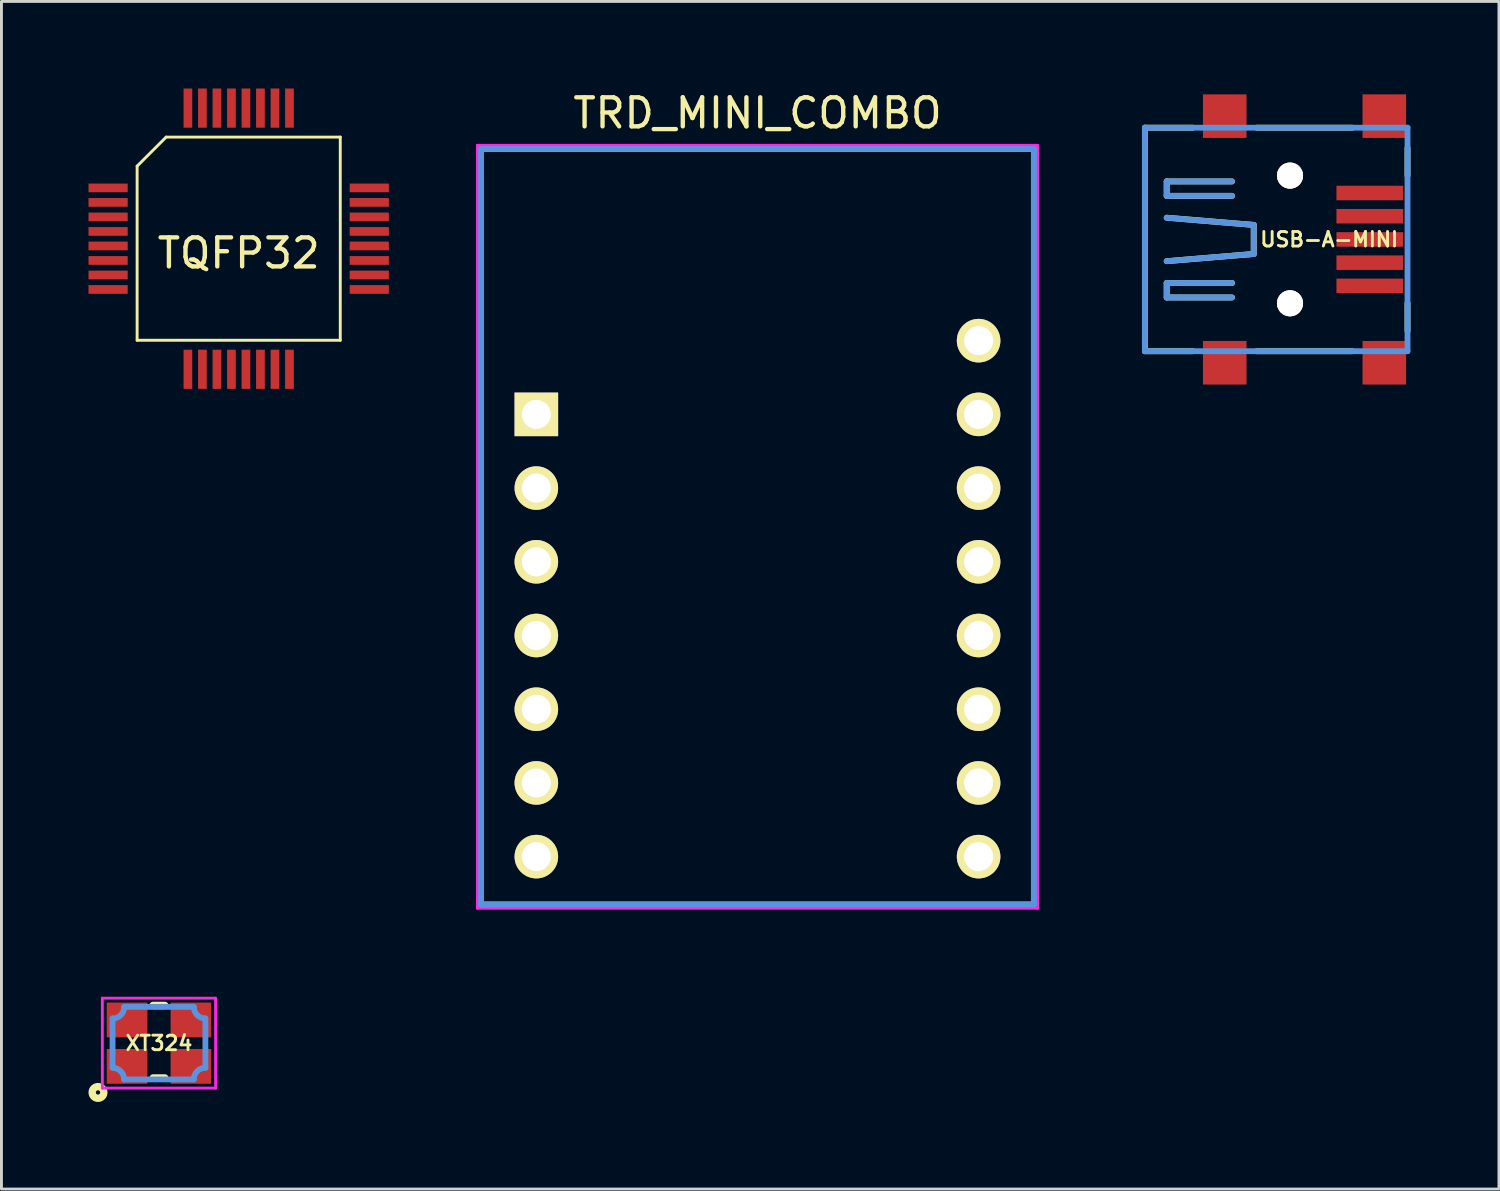
<source format=kicad_pcb>
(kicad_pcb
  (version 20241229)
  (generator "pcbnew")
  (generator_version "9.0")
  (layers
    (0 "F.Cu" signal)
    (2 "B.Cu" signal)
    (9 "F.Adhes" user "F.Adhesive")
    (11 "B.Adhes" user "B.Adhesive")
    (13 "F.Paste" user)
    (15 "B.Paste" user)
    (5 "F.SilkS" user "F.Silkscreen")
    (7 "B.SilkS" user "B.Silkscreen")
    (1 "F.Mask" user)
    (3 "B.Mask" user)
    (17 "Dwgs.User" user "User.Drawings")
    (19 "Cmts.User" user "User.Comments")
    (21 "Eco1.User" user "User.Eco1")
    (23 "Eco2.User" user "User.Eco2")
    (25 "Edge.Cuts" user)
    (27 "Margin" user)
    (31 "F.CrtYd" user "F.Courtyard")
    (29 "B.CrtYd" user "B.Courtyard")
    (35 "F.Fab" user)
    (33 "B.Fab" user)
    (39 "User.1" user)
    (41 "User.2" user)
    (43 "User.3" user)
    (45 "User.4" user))
  (footprint "TRD_MINI_COMBO"
    (layer "F.Cu")
    (at 23.052 18.849)
    (property "Reference" "TRD_MINI_COMBO" (at 0 -18.001 0) (layer "F.SilkS") (effects (font (size 1.001 1.001) (thickness 0.15))))
    (attr through_hole)
    (fp_line (start -9.525 -16.764) (end -9.525 9.271) (stroke (width 0.201) (type solid)) (layer "F.SilkS"))
    (fp_line (start -9.525 9.271) (end 9.525 9.271) (stroke (width 0.201) (type solid)) (layer "F.SilkS"))
    (fp_line (start 9.525 -16.764) (end -9.525 -16.764) (stroke (width 0.201) (type solid)) (layer "F.SilkS"))
    (fp_line (start 9.525 9.271) (end 9.525 -16.764) (stroke (width 0.201) (type solid)) (layer "F.SilkS"))
    (fp_line (start -9.525 -16.764) (end -9.525 9.271) (stroke (width 0.201) (type solid)) (layer "Cmts.User"))
    (fp_line (start -9.525 9.271) (end 9.525 9.271) (stroke (width 0.201) (type solid)) (layer "Cmts.User"))
    (fp_line (start 9.525 -16.764) (end -9.525 -16.764) (stroke (width 0.201) (type solid)) (layer "Cmts.User"))
    (fp_line (start 9.525 9.271) (end 9.525 -16.764) (stroke (width 0.201) (type solid)) (layer "Cmts.User"))
    (fp_line (start -9.652 -16.891) (end -9.652 9.398) (stroke (width 0.099) (type solid)) (layer "F.CrtYd"))
    (fp_line (start -9.652 9.398) (end 9.652 9.398) (stroke (width 0.099) (type solid)) (layer "F.CrtYd"))
    (fp_line (start 9.652 -16.891) (end -9.652 -16.891) (stroke (width 0.099) (type solid)) (layer "F.CrtYd"))
    (fp_line (start 9.652 9.398) (end 9.652 -16.891) (stroke (width 0.099) (type solid)) (layer "F.CrtYd"))
    (pad "1" thru_hole rect (at -7.62 -7.62) (size 1.501 1.501) (drill 1.001) (layers "*.Cu" "*.Mask" "F.SilkS"))
    (pad "2" thru_hole circle (at -7.62 -5.08) (size 1.501 1.501) (drill 1.001) (layers "*.Cu" "*.Mask" "F.SilkS"))
    (pad "3" thru_hole circle (at -7.62 -2.54) (size 1.501 1.501) (drill 1.001) (layers "*.Cu" "*.Mask" "F.SilkS"))
    (pad "4" thru_hole circle (at -7.62 0) (size 1.501 1.501) (drill 1.001) (layers "*.Cu" "*.Mask" "F.SilkS"))
    (pad "5" thru_hole circle (at -7.62 2.54) (size 1.501 1.501) (drill 1.001) (layers "*.Cu" "*.Mask" "F.SilkS"))
    (pad "6" thru_hole circle (at -7.62 5.08) (size 1.501 1.501) (drill 1.001) (layers "*.Cu" "*.Mask" "F.SilkS"))
    (pad "7" thru_hole circle (at -7.62 7.62) (size 1.501 1.501) (drill 1.001) (layers "*.Cu" "*.Mask" "F.SilkS"))
    (pad "8" thru_hole circle (at 7.62 7.62) (size 1.501 1.501) (drill 1.001) (layers "*.Cu" "*.Mask" "F.SilkS"))
    (pad "9" thru_hole circle (at 7.62 5.08) (size 1.501 1.501) (drill 1.001) (layers "*.Cu" "*.Mask" "F.SilkS"))
    (pad "10" thru_hole circle (at 7.62 2.54) (size 1.501 1.501) (drill 1.001) (layers "*.Cu" "*.Mask" "F.SilkS"))
    (pad "11" thru_hole circle (at 7.62 0) (size 1.501 1.501) (drill 1.001) (layers "*.Cu" "*.Mask" "F.SilkS"))
    (pad "12" thru_hole circle (at 7.62 -2.54) (size 1.501 1.501) (drill 1.001) (layers "*.Cu" "*.Mask" "F.SilkS"))
    (pad "13" thru_hole circle (at 7.62 -5.08) (size 1.501 1.501) (drill 1.001) (layers "*.Cu" "*.Mask" "F.SilkS"))
    (pad "14" thru_hole circle (at 7.62 -7.62) (size 1.501 1.501) (drill 1.001) (layers "*.Cu" "*.Mask" "F.SilkS"))
    (pad "15" thru_hole circle (at 7.62 -10.16) (size 1.501 1.501) (drill 1.001) (layers "*.Cu" "*.Mask" "F.SilkS")))
  (footprint "XT324"
    (layer "F.Cu")
    (at 2.428 32.896)
    (property "Reference" "XT324" (at 0 0 0) (layer "F.SilkS") (effects (font (size 0.5 0.5) (thickness 0.099))))
    (attr through_hole)
    (fp_line (start -0.201 -1.3) (end 0.201 -1.3) (stroke (width 0.254) (type solid)) (layer "F.SilkS"))
    (fp_line (start -0.201 1.199) (end 0.201 1.199) (stroke (width 0.254) (type solid)) (layer "F.SilkS"))
    (fp_circle (center -2.101 1.699) (end -1.9 1.699) (stroke (width 0.254) (type solid)) (fill no) (layer "F.SilkS"))
    (fp_line (start -1.6 0.851) (end -1.6 -0.851) (stroke (width 0.201) (type solid)) (layer "Cmts.User"))
    (fp_line (start -1.199 -1.25) (end 1.199 -1.25) (stroke (width 0.201) (type solid)) (layer "Cmts.User"))
    (fp_line (start 1.199 1.25) (end -1.199 1.25) (stroke (width 0.201) (type solid)) (layer "Cmts.User"))
    (fp_line (start 1.6 -0.851) (end 1.6 0.851) (stroke (width 0.201) (type solid)) (layer "Cmts.User"))
    (fp_arc (start -1.6002 0.8509) (mid -1.31822 0.9677) (end -1.20142 1.24968) (stroke (width 0.20066) (type solid)) (layer "Cmts.User"))
    (fp_arc (start -1.19888 -1.24968) (mid -1.316424 -0.965904) (end -1.6002 -0.84836) (stroke (width 0.20066) (type solid)) (layer "Cmts.User"))
    (fp_arc (start 1.19888 1.24968) (mid 1.316424 0.965904) (end 1.6002 0.84836) (stroke (width 0.20066) (type solid)) (layer "Cmts.User"))
    (fp_arc (start 1.6002 -0.8509) (mid 1.31822 -0.9677) (end 1.20142 -1.24968) (stroke (width 0.20066) (type solid)) (layer "Cmts.User"))
    (fp_line (start -1.951 -1.549) (end 1.951 -1.549) (stroke (width 0.099) (type solid)) (layer "F.CrtYd"))
    (fp_line (start -1.951 1.549) (end -1.951 -1.549) (stroke (width 0.099) (type solid)) (layer "F.CrtYd"))
    (fp_line (start 1.951 -1.549) (end 1.951 1.549) (stroke (width 0.099) (type solid)) (layer "F.CrtYd"))
    (fp_line (start 1.951 1.549) (end -1.951 1.549) (stroke (width 0.099) (type solid)) (layer "F.CrtYd"))
    (pad "1" smd rect (at -1.1 0.8) (size 1.4 1.199) (layers "F.Cu" "F.Mask" "F.Paste"))
    (pad "2" smd rect (at 1.1 0.8) (size 1.4 1.199) (layers "F.Cu" "F.Mask" "F.Paste"))
    (pad "3" smd rect (at 1.1 -0.8) (size 1.4 1.199) (layers "F.Cu" "F.Mask" "F.Paste"))
    (pad "4" smd rect (at -1.1 -0.8) (size 1.4 1.199) (layers "F.Cu" "F.Mask" "F.Paste")))
  (footprint "TQFP32"
    (layer "F.Cu")
    (at 5.175 5.175)
    (property "Reference" "TQFP32" (at 0 0.5 0) (layer "F.SilkS") (effects (font (size 1 1) (thickness 0.15))))
    (attr through_hole)
    (fp_line (start -3.5 -2.5) (end -3.5 3.5) (stroke (width 0.1) (type solid)) (layer "F.SilkS"))
    (fp_line (start -3.5 3.5) (end 3.5 3.5) (stroke (width 0.1) (type solid)) (layer "F.SilkS"))
    (fp_line (start -2.5 -3.5) (end -3.5 -2.5) (stroke (width 0.1) (type solid)) (layer "F.SilkS"))
    (fp_line (start 3.5 -3.5) (end -2.5 -3.5) (stroke (width 0.1) (type solid)) (layer "F.SilkS"))
    (fp_line (start 3.5 3.5) (end 3.5 -3.5) (stroke (width 0.1) (type solid)) (layer "F.SilkS"))
    (pad "1" smd rect (at -4.5 -1.75 90) (size 0.3 1.35) (layers "F.Cu" "F.Mask" "F.Paste"))
    (pad "2" smd rect (at -4.5 -1.25 90) (size 0.3 1.35) (layers "F.Cu" "F.Mask" "F.Paste"))
    (pad "3" smd rect (at -4.5 -0.75 90) (size 0.3 1.35) (layers "F.Cu" "F.Mask" "F.Paste"))
    (pad "4" smd rect (at -4.5 -0.25 90) (size 0.3 1.35) (layers "F.Cu" "F.Mask" "F.Paste"))
    (pad "5" smd rect (at -4.5 0.25 90) (size 0.3 1.35) (layers "F.Cu" "F.Mask" "F.Paste"))
    (pad "6" smd rect (at -4.5 0.75 90) (size 0.3 1.35) (layers "F.Cu" "F.Mask" "F.Paste"))
    (pad "7" smd rect (at -4.5 1.25 90) (size 0.3 1.35) (layers "F.Cu" "F.Mask" "F.Paste"))
    (pad "8" smd rect (at -4.5 1.75 90) (size 0.3 1.35) (layers "F.Cu" "F.Mask" "F.Paste"))
    (pad "9" smd rect (at -1.75 4.5 180) (size 0.3 1.35) (layers "F.Cu" "F.Mask" "F.Paste"))
    (pad "10" smd rect (at -1.25 4.5 180) (size 0.3 1.35) (layers "F.Cu" "F.Mask" "F.Paste"))
    (pad "11" smd rect (at -0.75 4.5 180) (size 0.3 1.35) (layers "F.Cu" "F.Mask" "F.Paste"))
    (pad "12" smd rect (at -0.25 4.5 180) (size 0.3 1.35) (layers "F.Cu" "F.Mask" "F.Paste"))
    (pad "13" smd rect (at 0.25 4.5 180) (size 0.3 1.35) (layers "F.Cu" "F.Mask" "F.Paste"))
    (pad "14" smd rect (at 0.75 4.5 180) (size 0.3 1.35) (layers "F.Cu" "F.Mask" "F.Paste"))
    (pad "15" smd rect (at 1.25 4.5 180) (size 0.3 1.35) (layers "F.Cu" "F.Mask" "F.Paste"))
    (pad "16" smd rect (at 1.75 4.5 180) (size 0.3 1.35) (layers "F.Cu" "F.Mask" "F.Paste"))
    (pad "17" smd rect (at 4.5 1.75 270) (size 0.3 1.35) (layers "F.Cu" "F.Mask" "F.Paste"))
    (pad "18" smd rect (at 4.5 1.25 270) (size 0.3 1.35) (layers "F.Cu" "F.Mask" "F.Paste"))
    (pad "19" smd rect (at 4.5 0.75 270) (size 0.3 1.35) (layers "F.Cu" "F.Mask" "F.Paste"))
    (pad "20" smd rect (at 4.5 0.25 270) (size 0.3 1.35) (layers "F.Cu" "F.Mask" "F.Paste"))
    (pad "21" smd rect (at 4.5 -0.25 270) (size 0.3 1.35) (layers "F.Cu" "F.Mask" "F.Paste"))
    (pad "22" smd rect (at 4.5 -0.75 270) (size 0.3 1.35) (layers "F.Cu" "F.Mask" "F.Paste"))
    (pad "23" smd rect (at 4.5 -1.25 270) (size 0.3 1.35) (layers "F.Cu" "F.Mask" "F.Paste"))
    (pad "24" smd rect (at 4.5 -1.75 270) (size 0.3 1.35) (layers "F.Cu" "F.Mask" "F.Paste"))
    (pad "25" smd rect (at 1.75 -4.5) (size 0.3 1.35) (layers "F.Cu" "F.Mask" "F.Paste"))
    (pad "26" smd rect (at 1.25 -4.5) (size 0.3 1.35) (layers "F.Cu" "F.Mask" "F.Paste"))
    (pad "27" smd rect (at 0.75 -4.5) (size 0.3 1.35) (layers "F.Cu" "F.Mask" "F.Paste"))
    (pad "28" smd rect (at 0.25 -4.5) (size 0.3 1.35) (layers "F.Cu" "F.Mask" "F.Paste"))
    (pad "29" smd rect (at -0.25 -4.5) (size 0.3 1.35) (layers "F.Cu" "F.Mask" "F.Paste"))
    (pad "30" smd rect (at -0.75 -4.5) (size 0.3 1.35) (layers "F.Cu" "F.Mask" "F.Paste"))
    (pad "31" smd rect (at -1.25 -4.5) (size 0.3 1.35) (layers "F.Cu" "F.Mask" "F.Paste"))
    (pad "32" smd rect (at -1.75 -4.5) (size 0.3 1.35) (layers "F.Cu" "F.Mask" "F.Paste")))
  (footprint "USB-A-MINI"
    (layer "F.Cu")
    (at 36.003 5.201)
    (property "Reference" "USB-A-MINI" (at 6.749 0 0) (layer "F.SilkS") (effects (font (size 0.5 0.5) (thickness 0.099))))
    (attr through_hole)
    (fp_line (start 0.399 -3.851) (end 2.05 -3.851) (stroke (width 0.201) (type solid)) (layer "F.SilkS"))
    (fp_line (start 0.399 3.851) (end 0.399 -3.851) (stroke (width 0.201) (type solid)) (layer "F.SilkS"))
    (fp_line (start 1.151 -1.999) (end 3.401 -1.999) (stroke (width 0.201) (type solid)) (layer "F.SilkS"))
    (fp_line (start 1.151 -1.501) (end 1.151 -1.999) (stroke (width 0.201) (type solid)) (layer "F.SilkS"))
    (fp_line (start 1.151 -0.749) (end 4.15 -0.5) (stroke (width 0.201) (type solid)) (layer "F.SilkS"))
    (fp_line (start 1.151 1.501) (end 1.151 1.999) (stroke (width 0.201) (type solid)) (layer "F.SilkS"))
    (fp_line (start 1.151 1.999) (end 3.401 1.999) (stroke (width 0.201) (type solid)) (layer "F.SilkS"))
    (fp_line (start 2.05 3.851) (end 0.399 3.851) (stroke (width 0.201) (type solid)) (layer "F.SilkS"))
    (fp_line (start 3.401 -1.501) (end 1.151 -1.501) (stroke (width 0.201) (type solid)) (layer "F.SilkS"))
    (fp_line (start 3.401 1.501) (end 1.151 1.501) (stroke (width 0.201) (type solid)) (layer "F.SilkS"))
    (fp_line (start 4.15 -0.5) (end 4.15 0.5) (stroke (width 0.201) (type solid)) (layer "F.SilkS"))
    (fp_line (start 4.15 0.5) (end 1.151 0.749) (stroke (width 0.201) (type solid)) (layer "F.SilkS"))
    (fp_line (start 7.549 -3.851) (end 4.249 -3.851) (stroke (width 0.201) (type solid)) (layer "F.SilkS"))
    (fp_line (start 7.549 3.851) (end 4.249 3.851) (stroke (width 0.201) (type solid)) (layer "F.SilkS"))
    (fp_line (start 9.449 -3.15) (end 9.449 -2.2) (stroke (width 0.201) (type solid)) (layer "F.SilkS"))
    (fp_line (start 9.449 2.2) (end 9.449 3.15) (stroke (width 0.201) (type solid)) (layer "F.SilkS"))
    (fp_line (start 0.399 -3.851) (end 0.399 3.851) (stroke (width 0.201) (type solid)) (layer "Cmts.User"))
    (fp_line (start 0.399 3.851) (end 9.449 3.851) (stroke (width 0.201) (type solid)) (layer "Cmts.User"))
    (fp_line (start 1.151 -1.999) (end 1.151 -1.501) (stroke (width 0.201) (type solid)) (layer "Cmts.User"))
    (fp_line (start 1.151 -1.501) (end 3.401 -1.501) (stroke (width 0.201) (type solid)) (layer "Cmts.User"))
    (fp_line (start 1.151 -0.749) (end 4.15 -0.5) (stroke (width 0.201) (type solid)) (layer "Cmts.User"))
    (fp_line (start 1.151 1.501) (end 1.151 1.999) (stroke (width 0.201) (type solid)) (layer "Cmts.User"))
    (fp_line (start 1.151 1.999) (end 3.401 1.999) (stroke (width 0.201) (type solid)) (layer "Cmts.User"))
    (fp_line (start 3.401 -1.999) (end 1.151 -1.999) (stroke (width 0.201) (type solid)) (layer "Cmts.User"))
    (fp_line (start 3.401 1.501) (end 1.151 1.501) (stroke (width 0.201) (type solid)) (layer "Cmts.User"))
    (fp_line (start 4.15 -0.5) (end 4.15 0.5) (stroke (width 0.201) (type solid)) (layer "Cmts.User"))
    (fp_line (start 4.15 0.5) (end 1.151 0.749) (stroke (width 0.201) (type solid)) (layer "Cmts.User"))
    (fp_line (start 9.449 -3.851) (end 0.399 -3.851) (stroke (width 0.201) (type solid)) (layer "Cmts.User"))
    (fp_line (start 9.449 3.851) (end 9.449 -3.851) (stroke (width 0.201) (type solid)) (layer "Cmts.User"))
    (fp_line (start 0.249 -5.151) (end 0.249 5.151) (stroke (width 0.099) (type solid)) (layer "Eco1.User"))
    (fp_line (start 0.249 5.151) (end 9.55 5.151) (stroke (width 0.099) (type solid)) (layer "Eco1.User"))
    (fp_line (start 9.55 -5.151) (end 0.249 -5.151) (stroke (width 0.099) (type solid)) (layer "Eco1.User"))
    (fp_line (start 9.55 5.151) (end 9.55 -5.151) (stroke (width 0.099) (type solid)) (layer "Eco1.User"))
    (pad "1" smd rect (at 8.151 -1.6) (size 2.301 0.5) (layers "F.Cu" "F.Mask" "F.Paste"))
    (pad "2" smd rect (at 8.151 -0.8) (size 2.301 0.5) (layers "F.Cu" "F.Mask" "F.Paste"))
    (pad "3" smd rect (at 8.151 0) (size 2.301 0.5) (layers "F.Cu" "F.Mask" "F.Paste"))
    (pad "4" smd rect (at 8.151 0.8) (size 2.301 0.5) (layers "F.Cu" "F.Mask" "F.Paste"))
    (pad "5" smd rect (at 8.151 1.6) (size 2.301 0.5) (layers "F.Cu" "F.Mask" "F.Paste"))
    (pad "6" smd rect (at 8.649 4.249) (size 1.501 1.501) (layers "F.Cu" "F.Mask" "F.Paste"))
    (pad "7" smd rect (at 3.15 4.249) (size 1.501 1.501) (layers "F.Cu" "F.Mask" "F.Paste"))
    (pad "8" smd rect (at 3.15 -4.249) (size 1.501 1.501) (layers "F.Cu" "F.Mask" "F.Paste"))
    (pad "9" smd rect (at 8.649 -4.249) (size 1.501 1.501) (layers "F.Cu" "F.Mask" "F.Paste"))
    (pad "11" thru_hole circle (at 5.4 -2.2) (size 0.899 0.899) (drill 0.899) (layers "*.Cu" "*.Mask" "F.SilkS"))
    (pad "12" thru_hole circle (at 5.4 2.2) (size 0.899 0.899) (drill 0.899) (layers "*.Cu" "*.Mask" "F.SilkS")))
  (gr_rect
    (start -3 -3)
    (end 48.603 37.923)
    (stroke (width 0.1) (type default))
    (fill no)
    (layer "Edge.Cuts")))
</source>
